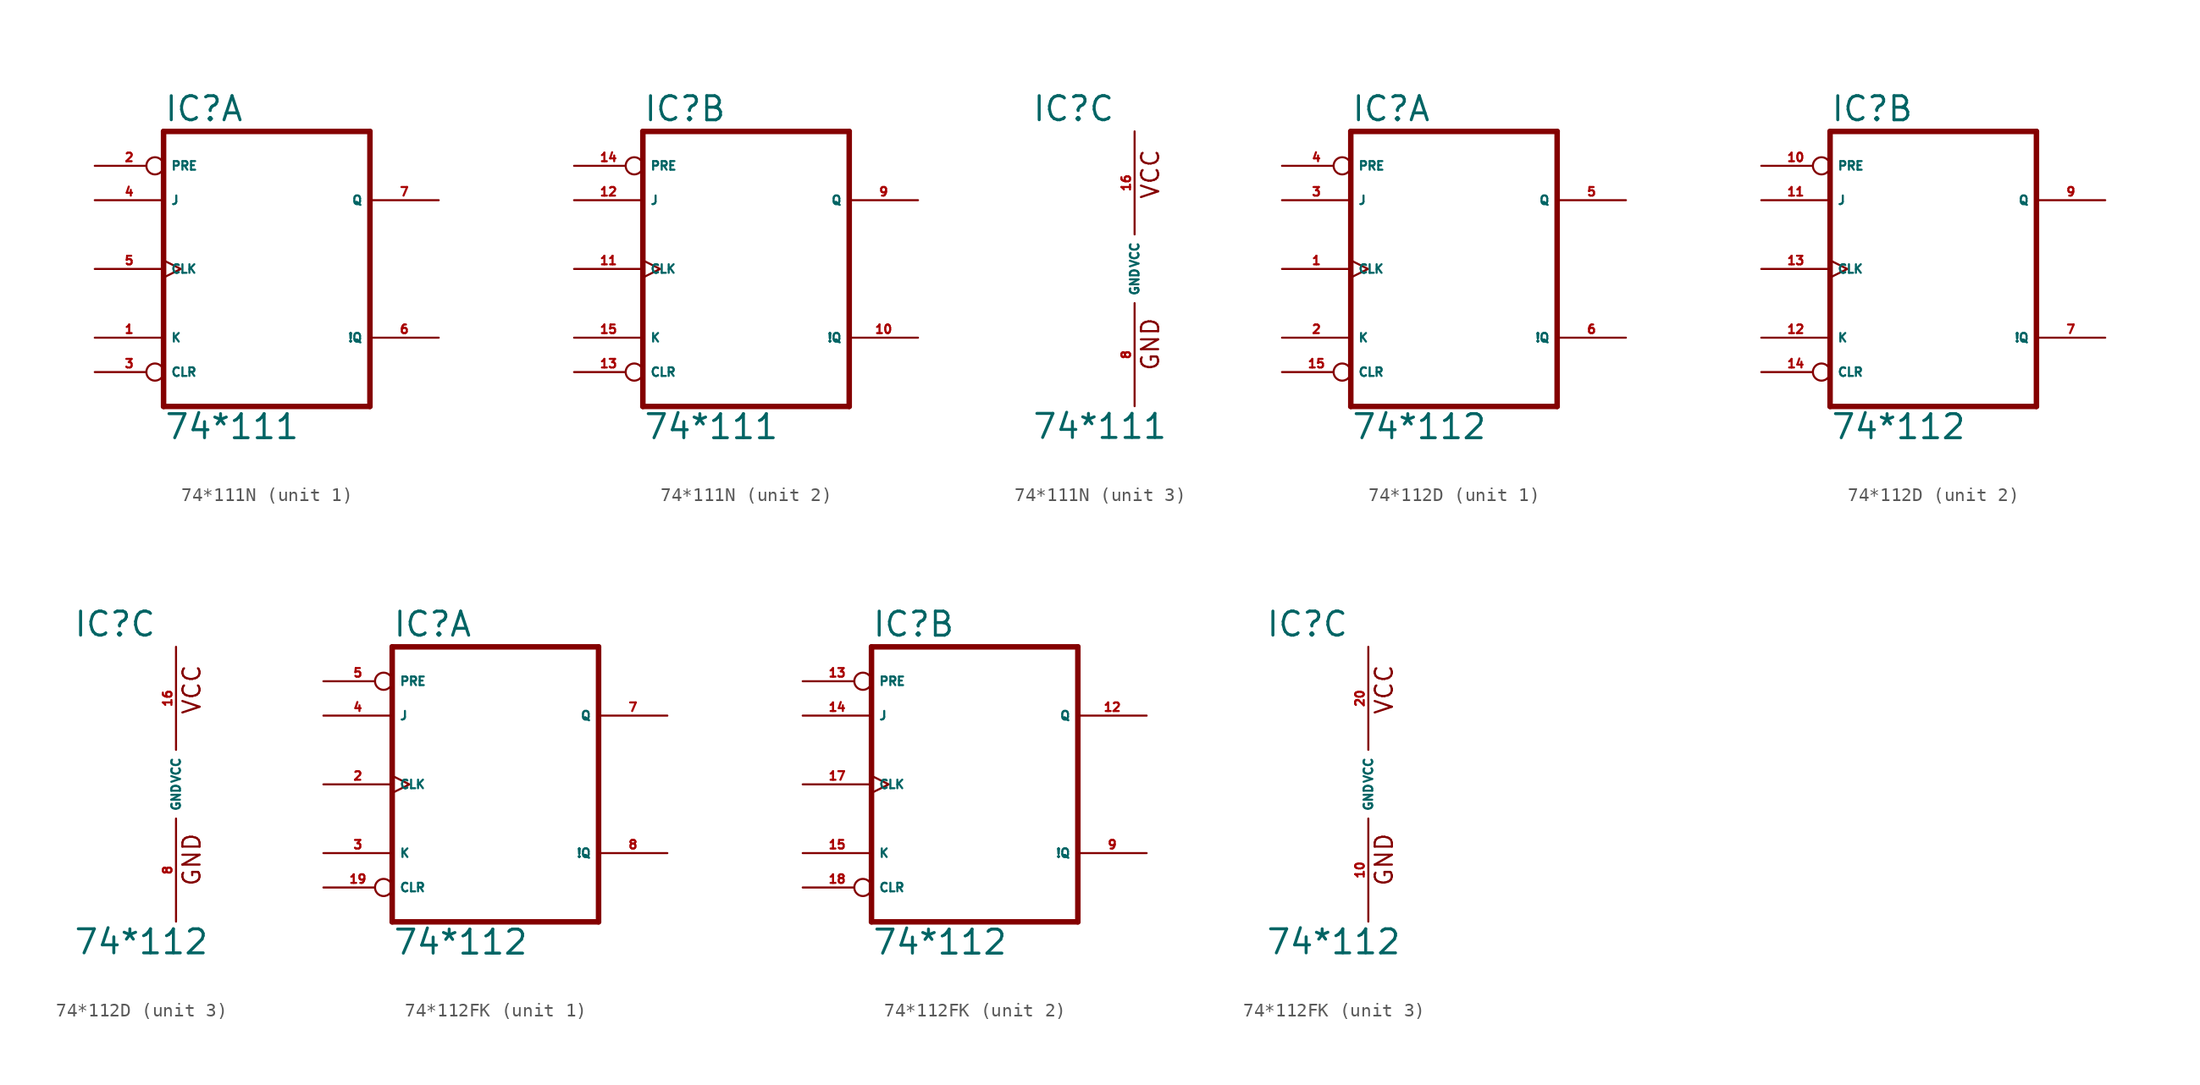
<source format=kicad_sym>
(kicad_symbol_lib
  (version 20220914)
  (generator Eagle2Kicad)
  (symbol "74*111N"
    (property "Reference" "IC"
      (at -7.62 10.795 0)
      (effects (font (size 1.778 1.778) (thickness 0.22)) (justify left bottom)))
    (property "Value" "74*111"
      (at -7.62 -12.7 0)
      (effects (font (size 1.778 1.778) (thickness 0.22)) (justify left bottom)))
    (symbol "74*111N_1_0"
      (polyline (pts (xy -7.62 -10.16) (xy 7.62 -10.16)) (stroke (width 0.406) (type default)) (fill (type none)))
      (polyline (pts (xy 7.62 -10.16) (xy 7.62 10.16)) (stroke (width 0.406) (type default)) (fill (type none)))
      (polyline (pts (xy 7.62 10.16) (xy -7.62 10.16)) (stroke (width 0.406) (type default)) (fill (type none)))
      (polyline (pts (xy -7.62 10.16) (xy -7.62 -10.16)) (stroke (width 0.406) (type default)) (fill (type none)))
      (pin input line (at -12.7 -5.08 0) (length 5.08) (name "K" (effects (font (size 0.635 0.635) (thickness 0.08)) (justify left bottom))) (number "1" (effects (font (size 0.635 0.635) (thickness 0.08)) (justify left bottom))))
      (pin input inverted (at -12.7 7.62 0) (length 5.08) (name "PRE" (effects (font (size 0.635 0.635) (thickness 0.08)) (justify left bottom))) (number "2" (effects (font (size 0.635 0.635) (thickness 0.08)) (justify left bottom))))
      (pin input inverted (at -12.7 -7.62 0) (length 5.08) (name "CLR" (effects (font (size 0.635 0.635) (thickness 0.08)) (justify left bottom))) (number "3" (effects (font (size 0.635 0.635) (thickness 0.08)) (justify left bottom))))
      (pin input line (at -12.7 5.08 0) (length 5.08) (name "J" (effects (font (size 0.635 0.635) (thickness 0.08)) (justify left bottom))) (number "4" (effects (font (size 0.635 0.635) (thickness 0.08)) (justify left bottom))))
      (pin input clock (at -12.7 0 0) (length 5.08) (name "CLK" (effects (font (size 0.635 0.635) (thickness 0.08)) (justify left bottom))) (number "5" (effects (font (size 0.635 0.635) (thickness 0.08)) (justify left bottom))))
      (pin output line (at 12.7 -5.08 180) (length 5.08) (name "!Q" (effects (font (size 0.635 0.635) (thickness 0.08)) (justify left bottom))) (number "6" (effects (font (size 0.635 0.635) (thickness 0.08)) (justify left bottom))))
      (pin output line (at 12.7 5.08 180) (length 5.08) (name "Q" (effects (font (size 0.635 0.635) (thickness 0.08)) (justify left bottom))) (number "7" (effects (font (size 0.635 0.635) (thickness 0.08)) (justify left bottom)))))
    (symbol "74*111N_2_0"
      (polyline (pts (xy -7.62 -10.16) (xy 7.62 -10.16)) (stroke (width 0.406) (type default)) (fill (type none)))
      (polyline (pts (xy 7.62 -10.16) (xy 7.62 10.16)) (stroke (width 0.406) (type default)) (fill (type none)))
      (polyline (pts (xy 7.62 10.16) (xy -7.62 10.16)) (stroke (width 0.406) (type default)) (fill (type none)))
      (polyline (pts (xy -7.62 10.16) (xy -7.62 -10.16)) (stroke (width 0.406) (type default)) (fill (type none)))
      (pin input line (at -12.7 -5.08 0) (length 5.08) (name "K" (effects (font (size 0.635 0.635) (thickness 0.08)) (justify left bottom))) (number "15" (effects (font (size 0.635 0.635) (thickness 0.08)) (justify left bottom))))
      (pin input inverted (at -12.7 7.62 0) (length 5.08) (name "PRE" (effects (font (size 0.635 0.635) (thickness 0.08)) (justify left bottom))) (number "14" (effects (font (size 0.635 0.635) (thickness 0.08)) (justify left bottom))))
      (pin input inverted (at -12.7 -7.62 0) (length 5.08) (name "CLR" (effects (font (size 0.635 0.635) (thickness 0.08)) (justify left bottom))) (number "13" (effects (font (size 0.635 0.635) (thickness 0.08)) (justify left bottom))))
      (pin input line (at -12.7 5.08 0) (length 5.08) (name "J" (effects (font (size 0.635 0.635) (thickness 0.08)) (justify left bottom))) (number "12" (effects (font (size 0.635 0.635) (thickness 0.08)) (justify left bottom))))
      (pin input clock (at -12.7 0 0) (length 5.08) (name "CLK" (effects (font (size 0.635 0.635) (thickness 0.08)) (justify left bottom))) (number "11" (effects (font (size 0.635 0.635) (thickness 0.08)) (justify left bottom))))
      (pin output line (at 12.7 -5.08 180) (length 5.08) (name "!Q" (effects (font (size 0.635 0.635) (thickness 0.08)) (justify left bottom))) (number "10" (effects (font (size 0.635 0.635) (thickness 0.08)) (justify left bottom))))
      (pin output line (at 12.7 5.08 180) (length 5.08) (name "Q" (effects (font (size 0.635 0.635) (thickness 0.08)) (justify left bottom))) (number "9" (effects (font (size 0.635 0.635) (thickness 0.08)) (justify left bottom)))))
    (symbol "74*111N_3_0"
      (text "GND" (at 1.905 -7.62 900) (effects (font (size 1.27 1.27) (thickness 0.16)) (justify left bottom)))
      (text "VCC" (at 1.905 5.08 900) (effects (font (size 1.27 1.27) (thickness 0.16)) (justify left bottom)))
      (pin unspecified line (at 0 -10.16 90) (length 7.62) (name "GND" (effects (font (size 0.635 0.635) (thickness 0.08)) (justify left bottom))) (number "8" (effects (font (size 0.635 0.635) (thickness 0.08)) (justify left bottom))))
      (pin unspecified line (at 0 10.16 270) (length 7.62) (name "VCC" (effects (font (size 0.635 0.635) (thickness 0.08)) (justify left bottom))) (number "16" (effects (font (size 0.635 0.635) (thickness 0.08)) (justify left bottom))))))
  (symbol "74*112D"
    (property "Reference" "IC"
      (at -7.62 10.795 0)
      (effects (font (size 1.778 1.778) (thickness 0.22)) (justify left bottom)))
    (property "Value" "74*112"
      (at -7.62 -12.7 0)
      (effects (font (size 1.778 1.778) (thickness 0.22)) (justify left bottom)))
    (symbol "74*112D_1_0"
      (polyline (pts (xy -7.62 -10.16) (xy 7.62 -10.16)) (stroke (width 0.406) (type default)) (fill (type none)))
      (polyline (pts (xy 7.62 -10.16) (xy 7.62 10.16)) (stroke (width 0.406) (type default)) (fill (type none)))
      (polyline (pts (xy 7.62 10.16) (xy -7.62 10.16)) (stroke (width 0.406) (type default)) (fill (type none)))
      (polyline (pts (xy -7.62 10.16) (xy -7.62 -10.16)) (stroke (width 0.406) (type default)) (fill (type none)))
      (pin input clock (at -12.7 0 0) (length 5.08) (name "CLK" (effects (font (size 0.635 0.635) (thickness 0.08)) (justify left bottom))) (number "1" (effects (font (size 0.635 0.635) (thickness 0.08)) (justify left bottom))))
      (pin input line (at -12.7 -5.08 0) (length 5.08) (name "K" (effects (font (size 0.635 0.635) (thickness 0.08)) (justify left bottom))) (number "2" (effects (font (size 0.635 0.635) (thickness 0.08)) (justify left bottom))))
      (pin input line (at -12.7 5.08 0) (length 5.08) (name "J" (effects (font (size 0.635 0.635) (thickness 0.08)) (justify left bottom))) (number "3" (effects (font (size 0.635 0.635) (thickness 0.08)) (justify left bottom))))
      (pin input inverted (at -12.7 7.62 0) (length 5.08) (name "PRE" (effects (font (size 0.635 0.635) (thickness 0.08)) (justify left bottom))) (number "4" (effects (font (size 0.635 0.635) (thickness 0.08)) (justify left bottom))))
      (pin output line (at 12.7 5.08 180) (length 5.08) (name "Q" (effects (font (size 0.635 0.635) (thickness 0.08)) (justify left bottom))) (number "5" (effects (font (size 0.635 0.635) (thickness 0.08)) (justify left bottom))))
      (pin output line (at 12.7 -5.08 180) (length 5.08) (name "!Q" (effects (font (size 0.635 0.635) (thickness 0.08)) (justify left bottom))) (number "6" (effects (font (size 0.635 0.635) (thickness 0.08)) (justify left bottom))))
      (pin input inverted (at -12.7 -7.62 0) (length 5.08) (name "CLR" (effects (font (size 0.635 0.635) (thickness 0.08)) (justify left bottom))) (number "15" (effects (font (size 0.635 0.635) (thickness 0.08)) (justify left bottom)))))
    (symbol "74*112D_2_0"
      (polyline (pts (xy -7.62 -10.16) (xy 7.62 -10.16)) (stroke (width 0.406) (type default)) (fill (type none)))
      (polyline (pts (xy 7.62 -10.16) (xy 7.62 10.16)) (stroke (width 0.406) (type default)) (fill (type none)))
      (polyline (pts (xy 7.62 10.16) (xy -7.62 10.16)) (stroke (width 0.406) (type default)) (fill (type none)))
      (polyline (pts (xy -7.62 10.16) (xy -7.62 -10.16)) (stroke (width 0.406) (type default)) (fill (type none)))
      (pin input clock (at -12.7 0 0) (length 5.08) (name "CLK" (effects (font (size 0.635 0.635) (thickness 0.08)) (justify left bottom))) (number "13" (effects (font (size 0.635 0.635) (thickness 0.08)) (justify left bottom))))
      (pin input line (at -12.7 -5.08 0) (length 5.08) (name "K" (effects (font (size 0.635 0.635) (thickness 0.08)) (justify left bottom))) (number "12" (effects (font (size 0.635 0.635) (thickness 0.08)) (justify left bottom))))
      (pin input line (at -12.7 5.08 0) (length 5.08) (name "J" (effects (font (size 0.635 0.635) (thickness 0.08)) (justify left bottom))) (number "11" (effects (font (size 0.635 0.635) (thickness 0.08)) (justify left bottom))))
      (pin input inverted (at -12.7 7.62 0) (length 5.08) (name "PRE" (effects (font (size 0.635 0.635) (thickness 0.08)) (justify left bottom))) (number "10" (effects (font (size 0.635 0.635) (thickness 0.08)) (justify left bottom))))
      (pin output line (at 12.7 5.08 180) (length 5.08) (name "Q" (effects (font (size 0.635 0.635) (thickness 0.08)) (justify left bottom))) (number "9" (effects (font (size 0.635 0.635) (thickness 0.08)) (justify left bottom))))
      (pin output line (at 12.7 -5.08 180) (length 5.08) (name "!Q" (effects (font (size 0.635 0.635) (thickness 0.08)) (justify left bottom))) (number "7" (effects (font (size 0.635 0.635) (thickness 0.08)) (justify left bottom))))
      (pin input inverted (at -12.7 -7.62 0) (length 5.08) (name "CLR" (effects (font (size 0.635 0.635) (thickness 0.08)) (justify left bottom))) (number "14" (effects (font (size 0.635 0.635) (thickness 0.08)) (justify left bottom)))))
    (symbol "74*112D_3_0"
      (text "GND" (at 1.905 -7.62 900) (effects (font (size 1.27 1.27) (thickness 0.16)) (justify left bottom)))
      (text "VCC" (at 1.905 5.08 900) (effects (font (size 1.27 1.27) (thickness 0.16)) (justify left bottom)))
      (pin unspecified line (at 0 -10.16 90) (length 7.62) (name "GND" (effects (font (size 0.635 0.635) (thickness 0.08)) (justify left bottom))) (number "8" (effects (font (size 0.635 0.635) (thickness 0.08)) (justify left bottom))))
      (pin unspecified line (at 0 10.16 270) (length 7.62) (name "VCC" (effects (font (size 0.635 0.635) (thickness 0.08)) (justify left bottom))) (number "16" (effects (font (size 0.635 0.635) (thickness 0.08)) (justify left bottom))))))
  (symbol "74*112FK"
    (property "Reference" "IC"
      (at -7.62 10.795 0)
      (effects (font (size 1.778 1.778) (thickness 0.22)) (justify left bottom)))
    (property "Value" "74*112"
      (at -7.62 -12.7 0)
      (effects (font (size 1.778 1.778) (thickness 0.22)) (justify left bottom)))
    (symbol "74*112FK_1_0"
      (polyline (pts (xy -7.62 -10.16) (xy 7.62 -10.16)) (stroke (width 0.406) (type default)) (fill (type none)))
      (polyline (pts (xy 7.62 -10.16) (xy 7.62 10.16)) (stroke (width 0.406) (type default)) (fill (type none)))
      (polyline (pts (xy 7.62 10.16) (xy -7.62 10.16)) (stroke (width 0.406) (type default)) (fill (type none)))
      (polyline (pts (xy -7.62 10.16) (xy -7.62 -10.16)) (stroke (width 0.406) (type default)) (fill (type none)))
      (pin input clock (at -12.7 0 0) (length 5.08) (name "CLK" (effects (font (size 0.635 0.635) (thickness 0.08)) (justify left bottom))) (number "2" (effects (font (size 0.635 0.635) (thickness 0.08)) (justify left bottom))))
      (pin input line (at -12.7 -5.08 0) (length 5.08) (name "K" (effects (font (size 0.635 0.635) (thickness 0.08)) (justify left bottom))) (number "3" (effects (font (size 0.635 0.635) (thickness 0.08)) (justify left bottom))))
      (pin input line (at -12.7 5.08 0) (length 5.08) (name "J" (effects (font (size 0.635 0.635) (thickness 0.08)) (justify left bottom))) (number "4" (effects (font (size 0.635 0.635) (thickness 0.08)) (justify left bottom))))
      (pin input inverted (at -12.7 7.62 0) (length 5.08) (name "PRE" (effects (font (size 0.635 0.635) (thickness 0.08)) (justify left bottom))) (number "5" (effects (font (size 0.635 0.635) (thickness 0.08)) (justify left bottom))))
      (pin output line (at 12.7 5.08 180) (length 5.08) (name "Q" (effects (font (size 0.635 0.635) (thickness 0.08)) (justify left bottom))) (number "7" (effects (font (size 0.635 0.635) (thickness 0.08)) (justify left bottom))))
      (pin output line (at 12.7 -5.08 180) (length 5.08) (name "!Q" (effects (font (size 0.635 0.635) (thickness 0.08)) (justify left bottom))) (number "8" (effects (font (size 0.635 0.635) (thickness 0.08)) (justify left bottom))))
      (pin input inverted (at -12.7 -7.62 0) (length 5.08) (name "CLR" (effects (font (size 0.635 0.635) (thickness 0.08)) (justify left bottom))) (number "19" (effects (font (size 0.635 0.635) (thickness 0.08)) (justify left bottom)))))
    (symbol "74*112FK_2_0"
      (polyline (pts (xy -7.62 -10.16) (xy 7.62 -10.16)) (stroke (width 0.406) (type default)) (fill (type none)))
      (polyline (pts (xy 7.62 -10.16) (xy 7.62 10.16)) (stroke (width 0.406) (type default)) (fill (type none)))
      (polyline (pts (xy 7.62 10.16) (xy -7.62 10.16)) (stroke (width 0.406) (type default)) (fill (type none)))
      (polyline (pts (xy -7.62 10.16) (xy -7.62 -10.16)) (stroke (width 0.406) (type default)) (fill (type none)))
      (pin input clock (at -12.7 0 0) (length 5.08) (name "CLK" (effects (font (size 0.635 0.635) (thickness 0.08)) (justify left bottom))) (number "17" (effects (font (size 0.635 0.635) (thickness 0.08)) (justify left bottom))))
      (pin input line (at -12.7 -5.08 0) (length 5.08) (name "K" (effects (font (size 0.635 0.635) (thickness 0.08)) (justify left bottom))) (number "15" (effects (font (size 0.635 0.635) (thickness 0.08)) (justify left bottom))))
      (pin input line (at -12.7 5.08 0) (length 5.08) (name "J" (effects (font (size 0.635 0.635) (thickness 0.08)) (justify left bottom))) (number "14" (effects (font (size 0.635 0.635) (thickness 0.08)) (justify left bottom))))
      (pin input inverted (at -12.7 7.62 0) (length 5.08) (name "PRE" (effects (font (size 0.635 0.635) (thickness 0.08)) (justify left bottom))) (number "13" (effects (font (size 0.635 0.635) (thickness 0.08)) (justify left bottom))))
      (pin output line (at 12.7 5.08 180) (length 5.08) (name "Q" (effects (font (size 0.635 0.635) (thickness 0.08)) (justify left bottom))) (number "12" (effects (font (size 0.635 0.635) (thickness 0.08)) (justify left bottom))))
      (pin output line (at 12.7 -5.08 180) (length 5.08) (name "!Q" (effects (font (size 0.635 0.635) (thickness 0.08)) (justify left bottom))) (number "9" (effects (font (size 0.635 0.635) (thickness 0.08)) (justify left bottom))))
      (pin input inverted (at -12.7 -7.62 0) (length 5.08) (name "CLR" (effects (font (size 0.635 0.635) (thickness 0.08)) (justify left bottom))) (number "18" (effects (font (size 0.635 0.635) (thickness 0.08)) (justify left bottom)))))
    (symbol "74*112FK_3_0"
      (text "GND" (at 1.905 -7.62 900) (effects (font (size 1.27 1.27) (thickness 0.16)) (justify left bottom)))
      (text "VCC" (at 1.905 5.08 900) (effects (font (size 1.27 1.27) (thickness 0.16)) (justify left bottom)))
      (pin unspecified line (at 0 -10.16 90) (length 7.62) (name "GND" (effects (font (size 0.635 0.635) (thickness 0.08)) (justify left bottom))) (number "10" (effects (font (size 0.635 0.635) (thickness 0.08)) (justify left bottom))))
      (pin unspecified line (at 0 10.16 270) (length 7.62) (name "VCC" (effects (font (size 0.635 0.635) (thickness 0.08)) (justify left bottom))) (number "20" (effects (font (size 0.635 0.635) (thickness 0.08)) (justify left bottom)))))))
</source>
